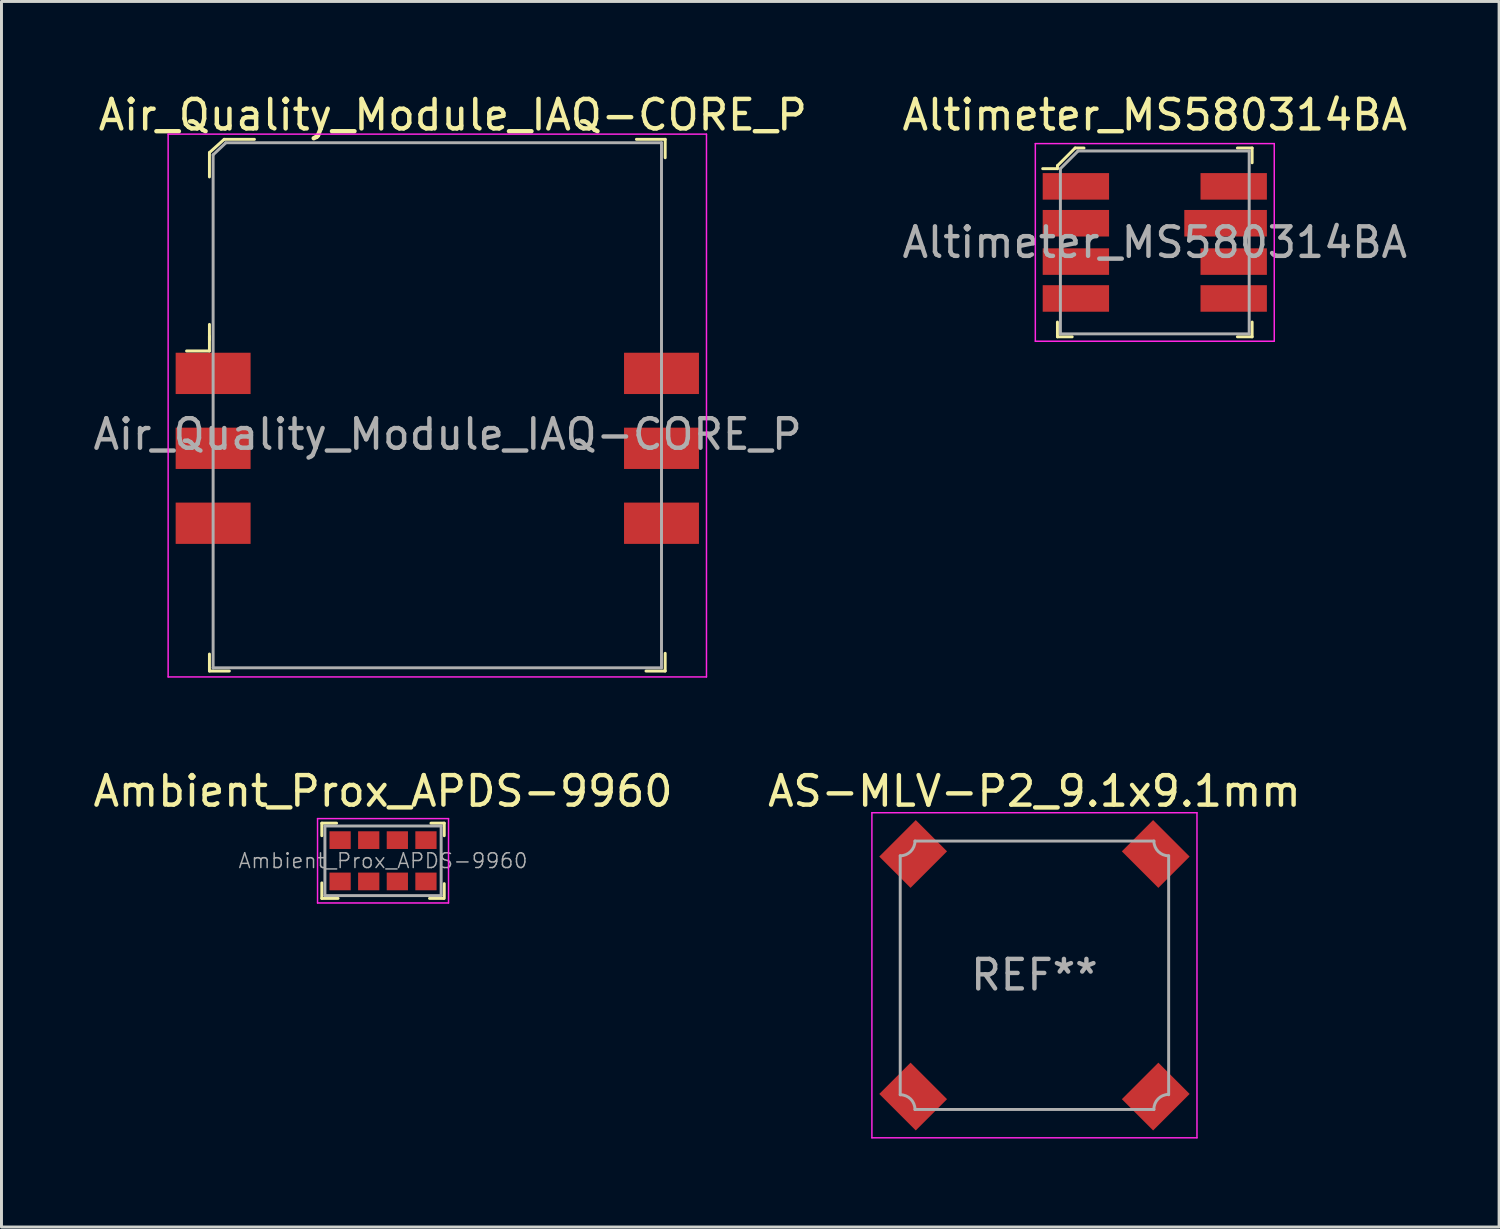
<source format=kicad_pcb>
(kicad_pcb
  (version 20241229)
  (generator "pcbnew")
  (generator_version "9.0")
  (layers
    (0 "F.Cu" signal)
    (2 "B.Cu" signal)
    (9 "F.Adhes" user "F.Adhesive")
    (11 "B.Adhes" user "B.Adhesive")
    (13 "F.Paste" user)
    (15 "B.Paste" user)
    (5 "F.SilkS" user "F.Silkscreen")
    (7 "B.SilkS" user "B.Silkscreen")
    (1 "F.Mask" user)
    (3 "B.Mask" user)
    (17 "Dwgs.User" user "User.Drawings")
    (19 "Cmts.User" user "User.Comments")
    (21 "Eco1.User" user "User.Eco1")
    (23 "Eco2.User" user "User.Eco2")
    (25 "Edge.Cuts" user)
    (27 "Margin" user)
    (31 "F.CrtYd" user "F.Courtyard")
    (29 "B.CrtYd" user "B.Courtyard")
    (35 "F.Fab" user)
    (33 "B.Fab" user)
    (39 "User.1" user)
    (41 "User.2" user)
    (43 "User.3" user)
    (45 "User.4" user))
  (footprint "Ambient_Prox_APDS-9960"
    (layer "F.Cu")
    (at 9.935 26.131)
    (property "Reference" "Ambient_Prox_APDS-9960" (at 0 -2.36 0) (layer "F.SilkS") (effects (font (size 1 1) (thickness 0.15))))
    (attr through_hole)
    (fp_line (start -2.075 -1.275) (end -2.075 -0.85) (stroke (width 0.1) (type solid)) (layer "F.SilkS"))
    (fp_line (start -2.075 -1.275) (end -1.575 -1.275) (stroke (width 0.1) (type solid)) (layer "F.SilkS"))
    (fp_line (start -2.075 1.275) (end -2.075 0.75) (stroke (width 0.1) (type solid)) (layer "F.SilkS"))
    (fp_line (start -2.075 1.275) (end -1.525 1.275) (stroke (width 0.1) (type solid)) (layer "F.SilkS"))
    (fp_line (start 2.05 1.275) (end 1.575 1.275) (stroke (width 0.1) (type solid)) (layer "F.SilkS"))
    (fp_line (start 2.075 -1.275) (end 1.625 -1.275) (stroke (width 0.1) (type solid)) (layer "F.SilkS"))
    (fp_line (start 2.075 -1.275) (end 2.075 -0.85) (stroke (width 0.1) (type solid)) (layer "F.SilkS"))
    (fp_line (start 2.075 1.275) (end 2.075 0.775) (stroke (width 0.1) (type solid)) (layer "F.SilkS"))
    (fp_line (start -2.22 -1.43) (end -2.22 1.43) (stroke (width 0.05) (type solid)) (layer "F.CrtYd"))
    (fp_line (start 2.22 -1.43) (end -2.22 -1.43) (stroke (width 0.05) (type solid)) (layer "F.CrtYd"))
    (fp_line (start 2.22 -1.43) (end 2.22 1.43) (stroke (width 0.05) (type solid)) (layer "F.CrtYd"))
    (fp_line (start 2.22 1.43) (end -2.22 1.43) (stroke (width 0.05) (type solid)) (layer "F.CrtYd"))
    (fp_line (start -1.97 -1.18) (end -1.97 1.18) (stroke (width 0.1) (type solid)) (layer "F.Fab"))
    (fp_line (start -1.97 -1.18) (end 1.97 -1.18) (stroke (width 0.1) (type solid)) (layer "F.Fab"))
    (fp_line (start -1.97 1.18) (end 1.97 1.18) (stroke (width 0.1) (type solid)) (layer "F.Fab"))
    (fp_line (start 1.97 -1.18) (end 1.97 1.18) (stroke (width 0.1) (type solid)) (layer "F.Fab"))
    (fp_text user "${REFERENCE}" (at 0 0 0) (layer "F.Fab") (effects (font (size 0.5 0.5) (thickness 0.05))))
    (pad "1" smd rect (at -1.455 -0.7) (size 0.72 0.6) (layers "F.Cu" "F.Mask" "F.Paste"))
    (pad "2" smd rect (at -0.485 -0.7) (size 0.72 0.6) (layers "F.Cu" "F.Mask" "F.Paste"))
    (pad "3" smd rect (at 0.485 -0.7) (size 0.72 0.6) (layers "F.Cu" "F.Mask" "F.Paste"))
    (pad "4" smd rect (at 1.455 -0.7) (size 0.72 0.6) (layers "F.Cu" "F.Mask" "F.Paste"))
    (pad "5" smd rect (at 1.455 0.7) (size 0.72 0.6) (layers "F.Cu" "F.Mask" "F.Paste"))
    (pad "6" smd rect (at 0.485 0.7) (size 0.72 0.6) (layers "F.Cu" "F.Mask" "F.Paste"))
    (pad "7" smd rect (at -0.485 0.7) (size 0.72 0.6) (layers "F.Cu" "F.Mask" "F.Paste"))
    (pad "8" smd rect (at -1.455 0.7) (size 0.72 0.6) (layers "F.Cu" "F.Mask" "F.Paste")))
  (footprint "Air_Quality_Module_IAQ-CORE_P"
    (layer "F.Cu")
    (at 11.775 12.148)
    (property "Reference" "Air_Quality_Module_IAQ-CORE_P" (at 0.525 -11.3 0) (layer "F.SilkS") (effects (font (size 1 1) (thickness 0.15))))
    (attr smd)
    (fp_line (start -7.725 -10.025) (end -7.725 -9.2) (stroke (width 0.1) (type solid)) (layer "F.SilkS"))
    (fp_line (start -7.725 -3.8) (end -7.725 -3.3) (stroke (width 0.1) (type solid)) (layer "F.SilkS"))
    (fp_line (start -7.725 -3.675) (end -7.725 -4.2) (stroke (width 0.1) (type solid)) (layer "F.SilkS"))
    (fp_line (start -7.725 -3.3) (end -8.5 -3.3) (stroke (width 0.1) (type solid)) (layer "F.SilkS"))
    (fp_line (start -7.725 6.975) (end -7.725 7.55) (stroke (width 0.1) (type solid)) (layer "F.SilkS"))
    (fp_line (start -7.725 7.55) (end -7.05 7.55) (stroke (width 0.1) (type solid)) (layer "F.SilkS"))
    (fp_line (start -7.225 -10.475) (end -7.725 -10.025) (stroke (width 0.1) (type solid)) (layer "F.SilkS"))
    (fp_line (start -6.2 -10.475) (end -7.225 -10.475) (stroke (width 0.1) (type solid)) (layer "F.SilkS"))
    (fp_line (start 6.75 -10.475) (end 7.725 -10.475) (stroke (width 0.1) (type solid)) (layer "F.SilkS"))
    (fp_line (start 7.725 -10.475) (end 7.725 -9.85) (stroke (width 0.1) (type solid)) (layer "F.SilkS"))
    (fp_line (start 7.725 6.95) (end 7.725 7.55) (stroke (width 0.1) (type solid)) (layer "F.SilkS"))
    (fp_line (start 7.725 7.55) (end 7.075 7.55) (stroke (width 0.1) (type solid)) (layer "F.SilkS"))
    (fp_line (start -9.125 -10.65) (end 9.125 -10.65) (stroke (width 0.05) (type solid)) (layer "F.CrtYd"))
    (fp_line (start -9.125 7.75) (end -9.125 -10.65) (stroke (width 0.05) (type solid)) (layer "F.CrtYd"))
    (fp_line (start 9.125 -10.65) (end 9.125 7.75) (stroke (width 0.05) (type solid)) (layer "F.CrtYd"))
    (fp_line (start 9.125 7.75) (end -9.125 7.75) (stroke (width 0.05) (type solid)) (layer "F.CrtYd"))
    (fp_line (start -7.6 -9.95) (end -7.6 7.45) (stroke (width 0.1) (type solid)) (layer "F.Fab"))
    (fp_line (start -7.6 7.44) (end 7.6 7.44) (stroke (width 0.1) (type solid)) (layer "F.Fab"))
    (fp_line (start -7.175 -10.36) (end 7.6 -10.36) (stroke (width 0.1) (type solid)) (layer "F.Fab"))
    (fp_line (start -7.175 -10.35) (end -7.6 -9.95) (stroke (width 0.1) (type solid)) (layer "F.Fab"))
    (fp_line (start 7.6 -10.36) (end 7.6 7.44) (stroke (width 0.1) (type solid)) (layer "F.Fab"))
    (fp_text user "${REFERENCE}" (at 0.35 -0.475 0) (layer "F.Fab") (effects (font (size 1 1) (thickness 0.15))))
    (pad "1" smd rect (at -7.6 -2.54) (size 2.54 1.4) (layers "F.Cu" "F.Mask" "F.Paste"))
    (pad "2" smd rect (at -7.6 0) (size 2.54 1.4) (layers "F.Cu" "F.Mask" "F.Paste"))
    (pad "3" smd rect (at -7.6 2.54) (size 2.54 1.4) (layers "F.Cu" "F.Mask" "F.Paste"))
    (pad "4" smd rect (at 7.6 2.54) (size 2.54 1.4) (layers "F.Cu" "F.Mask" "F.Paste"))
    (pad "5" smd rect (at 7.6 0) (size 2.54 1.4) (layers "F.Cu" "F.Mask" "F.Paste"))
    (pad "6" smd rect (at 7.6 -2.54) (size 2.54 1.4) (layers "F.Cu" "F.Mask" "F.Paste")))
  (footprint "AS-MLV-P2_9.1x9.1mm"
    (layer "F.Cu")
    (at 32.018 30.012)
    (property "Reference" "AS-MLV-P2_9.1x9.1mm" (at 0 -6.24 0) (layer "F.SilkS") (effects (font (size 1 1) (thickness 0.15))))
    (attr through_hole)
    (fp_line (start -5.51 -5.51) (end 5.51 -5.51) (stroke (width 0.05) (type solid)) (layer "F.CrtYd"))
    (fp_line (start -5.51 5.51) (end -5.51 -5.51) (stroke (width 0.05) (type solid)) (layer "F.CrtYd"))
    (fp_line (start 5.51 -5.51) (end 5.51 5.51) (stroke (width 0.05) (type solid)) (layer "F.CrtYd"))
    (fp_line (start 5.51 5.51) (end -5.51 5.51) (stroke (width 0.05) (type solid)) (layer "F.CrtYd"))
    (fp_line (start -4.55 4.05) (end -4.55 -4.05) (stroke (width 0.1) (type solid)) (layer "F.Fab"))
    (fp_line (start -4.05 -4.55) (end 4.05 -4.55) (stroke (width 0.1) (type solid)) (layer "F.Fab"))
    (fp_line (start 4.05 4.55) (end -4.05 4.55) (stroke (width 0.1) (type solid)) (layer "F.Fab"))
    (fp_line (start 4.55 -4.05) (end 4.55 4.05) (stroke (width 0.1) (type solid)) (layer "F.Fab"))
    (fp_arc (start -4.55 4.05) (mid -4.196447 4.196447) (end -4.05 4.55) (stroke (width 0.1) (type solid)) (layer "F.Fab"))
    (fp_arc (start -4.05 -4.55) (mid -4.196447 -4.196447) (end -4.55 -4.05) (stroke (width 0.1) (type solid)) (layer "F.Fab"))
    (fp_arc (start 4.05 4.55) (mid 4.189376 4.193518) (end 4.54 4.04) (stroke (width 0.1) (type solid)) (layer "F.Fab"))
    (fp_arc (start 4.55 -4.05) (mid 4.196447 -4.196447) (end 4.05 -4.55) (stroke (width 0.1) (type solid)) (layer "F.Fab"))
    (fp_text user "REF**" (at 0 -0.01 0) (layer "F.Fab") (effects (font (size 1 1) (thickness 0.15))))
    (pad "2" smd rect (at -4.112 -4.112 45) (size 1.75 1.5) (layers "F.Cu" "F.Mask" "F.Paste"))
    (pad "3" smd rect (at -4.112 4.112 315) (size 1.75 1.5) (layers "F.Cu" "F.Mask" "F.Paste"))
    (pad "4" smd rect (at 4.112 4.112 45) (size 1.75 1.5) (layers "F.Cu" "F.Mask" "F.Paste"))
    (pad "5" smd rect (at 4.112 -4.112 135) (size 1.75 1.5) (layers "F.Cu" "F.Mask" "F.Paste")))
  (footprint "Altimeter_MS580314BA"
    (layer "F.Cu")
    (at 36.098 5.168)
    (property "Reference" "Altimeter_MS580314BA" (at 0 -4.32 0) (layer "F.SilkS") (effects (font (size 1 1) (thickness 0.15))))
    (attr smd)
    (fp_line (start -3.3 -2.6) (end -2.7 -3.2) (stroke (width 0.1) (type solid)) (layer "F.SilkS"))
    (fp_line (start -3.3 -2.5) (end -3.8 -2.5) (stroke (width 0.1) (type solid)) (layer "F.SilkS"))
    (fp_line (start -3.3 -2.5) (end -3.3 -2.6) (stroke (width 0.1) (type solid)) (layer "F.SilkS"))
    (fp_line (start -3.3 3.2) (end -3.3 2.7) (stroke (width 0.1) (type solid)) (layer "F.SilkS"))
    (fp_line (start -3.3 3.2) (end -2.8 3.2) (stroke (width 0.1) (type solid)) (layer "F.SilkS"))
    (fp_line (start -2.7 -3.2) (end -2.4 -3.2) (stroke (width 0.1) (type solid)) (layer "F.SilkS"))
    (fp_line (start 3.3 -3.2) (end 2.8 -3.2) (stroke (width 0.1) (type solid)) (layer "F.SilkS"))
    (fp_line (start 3.3 -3.2) (end 3.3 -2.7) (stroke (width 0.1) (type solid)) (layer "F.SilkS"))
    (fp_line (start 3.3 3.2) (end 2.8 3.2) (stroke (width 0.1) (type solid)) (layer "F.SilkS"))
    (fp_line (start 3.3 3.2) (end 3.3 2.7) (stroke (width 0.1) (type solid)) (layer "F.SilkS"))
    (fp_line (start -4.05 -3.35) (end -4.05 3.35) (stroke (width 0.05) (type solid)) (layer "F.CrtYd"))
    (fp_line (start 4.05 -3.35) (end -4.05 -3.35) (stroke (width 0.05) (type solid)) (layer "F.CrtYd"))
    (fp_line (start 4.05 -3.35) (end 4.05 3.35) (stroke (width 0.05) (type solid)) (layer "F.CrtYd"))
    (fp_line (start 4.05 3.35) (end -4.05 3.35) (stroke (width 0.05) (type solid)) (layer "F.CrtYd"))
    (fp_line (start -3.2 -2.5) (end -3.2 3.1) (stroke (width 0.1) (type solid)) (layer "F.Fab"))
    (fp_line (start -3.2 -2.5) (end -2.6 -3.1) (stroke (width 0.1) (type solid)) (layer "F.Fab"))
    (fp_line (start -3.2 3.1) (end 3.2 3.1) (stroke (width 0.1) (type solid)) (layer "F.Fab"))
    (fp_line (start -2.6 -3.1) (end 3.2 -3.1) (stroke (width 0.1) (type solid)) (layer "F.Fab"))
    (fp_line (start 3.2 -3.1) (end 3.2 3.1) (stroke (width 0.1) (type solid)) (layer "F.Fab"))
    (fp_text user "${REFERENCE}" (at 0 0 0) (layer "F.Fab") (effects (font (size 1 1) (thickness 0.15))))
    (pad "1" smd rect (at -2.675 -1.9) (size 2.25 0.9) (layers "F.Cu" "F.Mask" "F.Paste"))
    (pad "2" smd rect (at -2.675 -0.65) (size 2.25 0.9) (layers "F.Cu" "F.Mask" "F.Paste"))
    (pad "3" smd rect (at -2.675 0.65) (size 2.25 0.9) (layers "F.Cu" "F.Mask" "F.Paste"))
    (pad "4" smd rect (at -2.675 1.9) (size 2.25 0.9) (layers "F.Cu" "F.Mask" "F.Paste"))
    (pad "5" smd rect (at 2.675 1.9) (size 2.25 0.9) (layers "F.Cu" "F.Mask" "F.Paste"))
    (pad "6" smd rect (at 2.675 0.65) (size 2.25 0.9) (layers "F.Cu" "F.Mask" "F.Paste"))
    (pad "7" smd rect (at 2.4 -0.65) (size 2.8 0.9) (layers "F.Cu" "F.Mask" "F.Paste"))
    (pad "8" smd rect (at 2.675 -1.9) (size 2.25 0.9) (layers "F.Cu" "F.Mask" "F.Paste")))
  (gr_rect
    (start -3 -3)
    (end 47.77 38.547)
    (stroke (width 0.1) (type default))
    (fill no)
    (layer "Edge.Cuts")))
</source>
